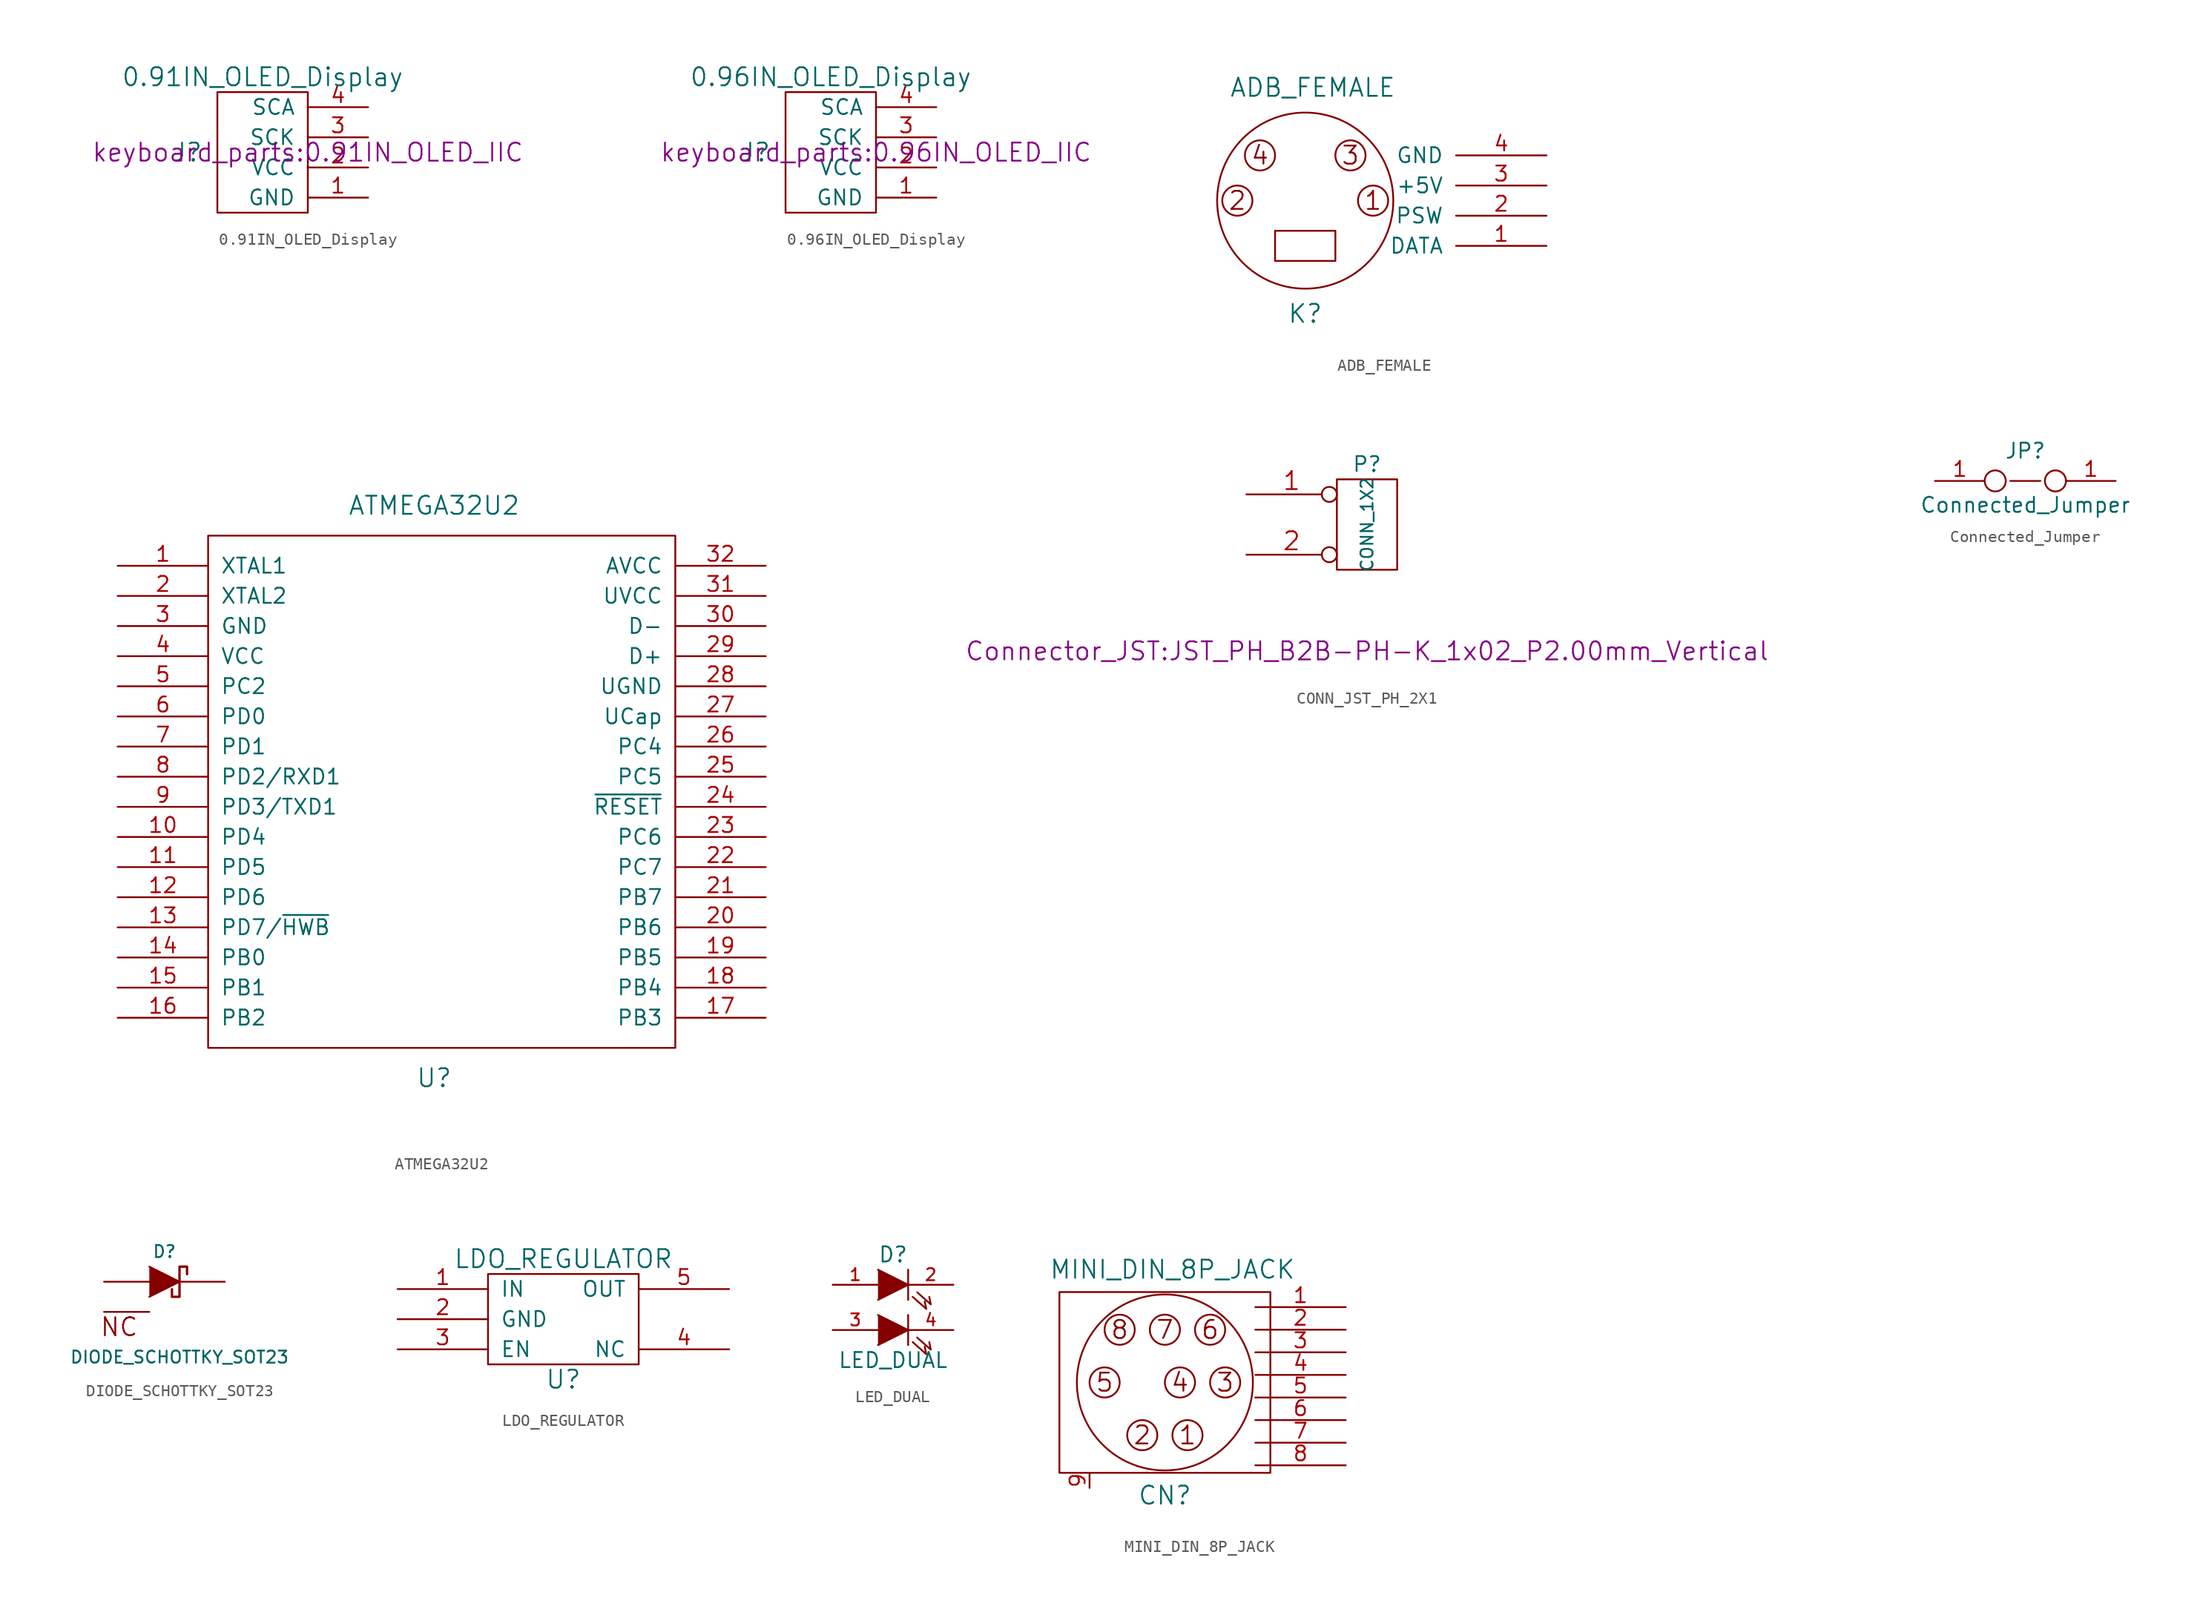
<source format=kicad_sym>
(kicad_symbol_lib
  (version 20231120)
  (generator "kicad_symbol_editor")
  (generator_version "8.0")
  (symbol "0.91IN_OLED_Display"
    (pin_names
      (offset 1.016))
    (property "Reference" "J"
      (at -10.16 0 0)
      (effects (font (size 1.524 1.524))))
    (property "Value" "0.91IN_OLED_Display"
      (at -3.81 6.35 0)
      (effects (font (size 1.524 1.524))))
    (property "Footprint" "keyboard_parts:0.91IN_OLED_IIC"
      (at 0 0 0)
      (effects (font (size 1.524 1.524))))
    (property "Datasheet" ""
      (at 0 0 0)
      (effects (font (size 1.524 1.524))))
    (symbol "0.91IN_OLED_Display_0_1"
      (rectangle (start -7.62 5.08) (end 0 -5.08) (stroke (width 0) (type solid)) (fill (type none))))
    (symbol "0.91IN_OLED_Display_1_1"
      (pin power_in line (at 5.08 -3.81 180) (length 5.08) (name "GND" (effects (font (size 1.27 1.27)))) (number "1" (effects (font (size 1.27 1.27)))))
      (pin power_in line (at 5.08 -1.27 180) (length 5.08) (name "VCC" (effects (font (size 1.27 1.27)))) (number "2" (effects (font (size 1.27 1.27)))))
      (pin bidirectional line (at 5.08 1.27 180) (length 5.08) (name "SCK" (effects (font (size 1.27 1.27)))) (number "3" (effects (font (size 1.27 1.27)))))
      (pin bidirectional line (at 5.08 3.81 180) (length 5.08) (name "SCA" (effects (font (size 1.27 1.27)))) (number "4" (effects (font (size 1.27 1.27)))))))
  (symbol "0.96IN_OLED_Display"
    (pin_names
      (offset 1.016))
    (property "Reference" "J"
      (at -10.16 0 0)
      (effects (font (size 1.524 1.524))))
    (property "Value" "0.96IN_OLED_Display"
      (at -3.81 6.35 0)
      (effects (font (size 1.524 1.524))))
    (property "Footprint" "keyboard_parts:0.96IN_OLED_IIC"
      (at 0 0 0)
      (effects (font (size 1.524 1.524))))
    (property "Datasheet" ""
      (at 0 0 0)
      (effects (font (size 1.524 1.524))))
    (symbol "0.96IN_OLED_Display_0_1"
      (rectangle (start -7.62 5.08) (end 0 -5.08) (stroke (width 0) (type solid)) (fill (type none))))
    (symbol "0.96IN_OLED_Display_1_1"
      (pin power_in line (at 5.08 -3.81 180) (length 5.08) (name "GND" (effects (font (size 1.27 1.27)))) (number "1" (effects (font (size 1.27 1.27)))))
      (pin power_in line (at 5.08 -1.27 180) (length 5.08) (name "VCC" (effects (font (size 1.27 1.27)))) (number "2" (effects (font (size 1.27 1.27)))))
      (pin bidirectional line (at 5.08 1.27 180) (length 5.08) (name "SCK" (effects (font (size 1.27 1.27)))) (number "3" (effects (font (size 1.27 1.27)))))
      (pin bidirectional line (at 5.08 3.81 180) (length 5.08) (name "SCA" (effects (font (size 1.27 1.27)))) (number "4" (effects (font (size 1.27 1.27)))))))
  (symbol "ADB_FEMALE"
    (pin_names
      (offset 1.016))
    (property "Reference" "K"
      (at 0 -9.525 0)
      (effects (font (size 1.524 1.524))))
    (property "Value" "ADB_FEMALE"
      (at 0.635 9.525 0)
      (effects (font (size 1.524 1.524))))
    (property "Footprint" ""
      (at 0 0 0)
      (effects (font (size 1.524 1.524))))
    (property "Datasheet" ""
      (at 0 0 0)
      (effects (font (size 1.524 1.524))))
    (symbol "ADB_FEMALE_0_0"
      (text "1" (at 5.715 0 0) (effects (font (size 1.524 1.524))))
      (text "2" (at -5.715 0 0) (effects (font (size 1.524 1.524))))
      (text "3" (at 3.81 3.81 0) (effects (font (size 1.524 1.524))))
      (text "4" (at -3.81 3.81 0) (effects (font (size 1.524 1.524)))))
    (symbol "ADB_FEMALE_0_1"
      (circle (center -5.715 0) (radius 1.27) (stroke (width 0) (type solid)) (fill (type none)))
      (circle (center -3.81 3.81) (radius 1.27) (stroke (width 0) (type solid)) (fill (type none)))
      (rectangle (start -2.54 -2.54) (end 2.54 -5.08) (stroke (width 0) (type solid)) (fill (type none)))
      (circle (center 0 0) (radius 7.417) (stroke (width 0) (type solid)) (fill (type none)))
      (circle (center 3.81 3.81) (radius 1.27) (stroke (width 0) (type solid)) (fill (type none)))
      (circle (center 5.715 0) (radius 1.27) (stroke (width 0) (type solid)) (fill (type none))))
    (symbol "ADB_FEMALE_1_1"
      (pin input line (at 20.32 -3.81 180) (length 7.62) (name "DATA" (effects (font (size 1.27 1.27)))) (number "1" (effects (font (size 1.27 1.27)))))
      (pin input line (at 20.32 -1.27 180) (length 7.62) (name "PSW" (effects (font (size 1.27 1.27)))) (number "2" (effects (font (size 1.27 1.27)))))
      (pin input line (at 20.32 1.27 180) (length 7.62) (name "+5V" (effects (font (size 1.27 1.27)))) (number "3" (effects (font (size 1.27 1.27)))))
      (pin power_in line (at 20.32 3.81 180) (length 7.62) (name "GND" (effects (font (size 1.27 1.27)))) (number "4" (effects (font (size 1.27 1.27)))))))
  (symbol "ATMEGA32U2"
    (pin_names
      (offset 1.016))
    (property "Reference" "U"
      (at 0 -24.13 0)
      (effects (font (size 1.524 1.524))))
    (property "Value" "ATMEGA32U2"
      (at 0 24.13 0)
      (effects (font (size 1.524 1.524))))
    (property "Footprint" ""
      (at 0 -7.62 0)
      (effects (font (size 1.524 1.524))))
    (property "Datasheet" ""
      (at 0 -7.62 0)
      (effects (font (size 1.524 1.524))))
    (symbol "ATMEGA32U2_0_1"
      (rectangle (start -19.05 21.59) (end 20.32 -21.59) (stroke (width 0) (type solid)) (fill (type none))))
    (symbol "ATMEGA32U2_1_1"
      (pin input line (at -26.67 19.05 0) (length 7.62) (name "XTAL1" (effects (font (size 1.27 1.27)))) (number "1" (effects (font (size 1.27 1.27)))))
      (pin bidirectional line (at -26.67 -3.81 0) (length 7.62) (name "PD4" (effects (font (size 1.27 1.27)))) (number "10" (effects (font (size 1.27 1.27)))))
      (pin bidirectional line (at -26.67 -6.35 0) (length 7.62) (name "PD5" (effects (font (size 1.27 1.27)))) (number "11" (effects (font (size 1.27 1.27)))))
      (pin bidirectional line (at -26.67 -8.89 0) (length 7.62) (name "PD6" (effects (font (size 1.27 1.27)))) (number "12" (effects (font (size 1.27 1.27)))))
      (pin input line (at -26.67 -11.43 0) (length 7.62) (name "PD7/~{HWB}" (effects (font (size 1.27 1.27)))) (number "13" (effects (font (size 1.27 1.27)))))
      (pin bidirectional line (at -26.67 -13.97 0) (length 7.62) (name "PB0" (effects (font (size 1.27 1.27)))) (number "14" (effects (font (size 1.27 1.27)))))
      (pin bidirectional line (at -26.67 -16.51 0) (length 7.62) (name "PB1" (effects (font (size 1.27 1.27)))) (number "15" (effects (font (size 1.27 1.27)))))
      (pin bidirectional line (at -26.67 -19.05 0) (length 7.62) (name "PB2" (effects (font (size 1.27 1.27)))) (number "16" (effects (font (size 1.27 1.27)))))
      (pin bidirectional line (at 27.94 -19.05 180) (length 7.62) (name "PB3" (effects (font (size 1.27 1.27)))) (number "17" (effects (font (size 1.27 1.27)))))
      (pin bidirectional line (at 27.94 -16.51 180) (length 7.62) (name "PB4" (effects (font (size 1.27 1.27)))) (number "18" (effects (font (size 1.27 1.27)))))
      (pin bidirectional line (at 27.94 -13.97 180) (length 7.62) (name "PB5" (effects (font (size 1.27 1.27)))) (number "19" (effects (font (size 1.27 1.27)))))
      (pin output line (at -26.67 16.51 0) (length 7.62) (name "XTAL2" (effects (font (size 1.27 1.27)))) (number "2" (effects (font (size 1.27 1.27)))))
      (pin bidirectional line (at 27.94 -11.43 180) (length 7.62) (name "PB6" (effects (font (size 1.27 1.27)))) (number "20" (effects (font (size 1.27 1.27)))))
      (pin bidirectional line (at 27.94 -8.89 180) (length 7.62) (name "PB7" (effects (font (size 1.27 1.27)))) (number "21" (effects (font (size 1.27 1.27)))))
      (pin bidirectional line (at 27.94 -6.35 180) (length 7.62) (name "PC7" (effects (font (size 1.27 1.27)))) (number "22" (effects (font (size 1.27 1.27)))))
      (pin bidirectional line (at 27.94 -3.81 180) (length 7.62) (name "PC6" (effects (font (size 1.27 1.27)))) (number "23" (effects (font (size 1.27 1.27)))))
      (pin input line (at 27.94 -1.27 180) (length 7.62) (name "~{RESET}" (effects (font (size 1.27 1.27)))) (number "24" (effects (font (size 1.27 1.27)))))
      (pin bidirectional line (at 27.94 1.27 180) (length 7.62) (name "PC5" (effects (font (size 1.27 1.27)))) (number "25" (effects (font (size 1.27 1.27)))))
      (pin bidirectional line (at 27.94 3.81 180) (length 7.62) (name "PC4" (effects (font (size 1.27 1.27)))) (number "26" (effects (font (size 1.27 1.27)))))
      (pin input line (at 27.94 6.35 180) (length 7.62) (name "UCap" (effects (font (size 1.27 1.27)))) (number "27" (effects (font (size 1.27 1.27)))))
      (pin power_in line (at 27.94 8.89 180) (length 7.62) (name "UGND" (effects (font (size 1.27 1.27)))) (number "28" (effects (font (size 1.27 1.27)))))
      (pin bidirectional line (at 27.94 11.43 180) (length 7.62) (name "D+" (effects (font (size 1.27 1.27)))) (number "29" (effects (font (size 1.27 1.27)))))
      (pin power_in line (at -26.67 13.97 0) (length 7.62) (name "GND" (effects (font (size 1.27 1.27)))) (number "3" (effects (font (size 1.27 1.27)))))
      (pin bidirectional line (at 27.94 13.97 180) (length 7.62) (name "D-" (effects (font (size 1.27 1.27)))) (number "30" (effects (font (size 1.27 1.27)))))
      (pin power_in line (at 27.94 16.51 180) (length 7.62) (name "UVCC" (effects (font (size 1.27 1.27)))) (number "31" (effects (font (size 1.27 1.27)))))
      (pin power_in line (at 27.94 19.05 180) (length 7.62) (name "AVCC" (effects (font (size 1.27 1.27)))) (number "32" (effects (font (size 1.27 1.27)))))
      (pin power_in line (at -26.67 11.43 0) (length 7.62) (name "VCC" (effects (font (size 1.27 1.27)))) (number "4" (effects (font (size 1.27 1.27)))))
      (pin bidirectional line (at -26.67 8.89 0) (length 7.62) (name "PC2" (effects (font (size 1.27 1.27)))) (number "5" (effects (font (size 1.27 1.27)))))
      (pin bidirectional line (at -26.67 6.35 0) (length 7.62) (name "PD0" (effects (font (size 1.27 1.27)))) (number "6" (effects (font (size 1.27 1.27)))))
      (pin bidirectional line (at -26.67 3.81 0) (length 7.62) (name "PD1" (effects (font (size 1.27 1.27)))) (number "7" (effects (font (size 1.27 1.27)))))
      (pin bidirectional line (at -26.67 1.27 0) (length 7.62) (name "PD2/RXD1" (effects (font (size 1.27 1.27)))) (number "8" (effects (font (size 1.27 1.27)))))
      (pin bidirectional line (at -26.67 -1.27 0) (length 7.62) (name "PD3/TXD1" (effects (font (size 1.27 1.27)))) (number "9" (effects (font (size 1.27 1.27)))))))
  (symbol "CONN_JST_PH_2X1"
    (pin_names
      (offset 1.016) hide)
    (property "Reference" "P"
      (at 0 5.08 0)
      (effects (font (size 1.27 1.27))))
    (property "Value" "CONN_1X2"
      (at 0 0 90)
      (effects (font (size 1.016 1.016))))
    (property "Footprint" "Connector_JST:JST_PH_B2B-PH-K_1x02_P2.00mm_Vertical"
      (at 0 -10.668 0)
      (effects (font (size 1.524 1.524))))
    (property "Datasheet" ""
      (at 0 -1.27 0)
      (effects (font (size 1.524 1.524))))
    (symbol "CONN_JST_PH_2X1_0_1"
      (rectangle (start -2.54 3.81) (end 2.54 -3.81) (stroke (width 0) (type solid)) (fill (type none))))
    (symbol "CONN_JST_PH_2X1_1_1"
      (pin passive inverted (at -10.16 2.54 0) (length 7.62) (name "1" (effects (font (size 1.524 1.524)))) (number "1" (effects (font (size 1.524 1.524)))))
      (pin passive inverted (at -10.16 -2.54 0) (length 7.62) (name "2" (effects (font (size 1.524 1.524)))) (number "2" (effects (font (size 1.524 1.524)))))))
  (symbol "Connected_Jumper"
    (pin_names
      (offset 0.762) hide)
    (property "Reference" "JP"
      (at 0 2.54 0)
      (effects (font (size 1.27 1.27))))
    (property "Value" "Connected_Jumper"
      (at 0 -2.032 0)
      (effects (font (size 1.27 1.27))))
    (symbol "Connected_Jumper_0_1"
      (circle (center -2.54 0) (radius 0.889) (stroke (width 0) (type solid)) (fill (type none)))
      (polyline (pts (xy -1.27 0) (xy 1.27 0)) (stroke (width 0) (type solid)) (fill (type none)))
      (circle (center 2.54 0) (radius 0.889) (stroke (width 0) (type solid)) (fill (type none)))
      (pin passive line (at -7.62 0 0) (length 4.191) (name "1" (effects (font (size 1.27 1.27)))) (number "1" (effects (font (size 1.27 1.27)))))
      (pin passive line (at 7.62 0 180) (length 4.191) (name "1" (effects (font (size 1.27 1.27)))) (number "1" (effects (font (size 1.27 1.27)))))))
  (symbol "DIODE_SCHOTTKY_SOT23"
    (pin_numbers hide)
    (pin_names
      (offset 1.016) hide)
    (property "Reference" "D"
      (at 0 2.54 0)
      (effects (font (size 1.016 1.016))))
    (property "Value" "DIODE_SCHOTTKY_SOT23"
      (at 1.27 -6.35 0)
      (effects (font (size 1.016 1.016))))
    (property "Footprint" ""
      (at 0 0 0)
      (effects (font (size 1.524 1.524))))
    (property "Datasheet" ""
      (at 0 0 0)
      (effects (font (size 1.524 1.524))))
    (symbol "DIODE_SCHOTTKY_SOT23_0_0"
      (text "NC" (at -3.81 -3.81 0) (effects (font (size 1.524 1.524)))))
    (symbol "DIODE_SCHOTTKY_SOT23_0_1"
      (polyline (pts (xy -1.27 1.27) (xy 1.27 0) (xy -1.27 -1.27)) (stroke (width 0) (type solid)) (fill (type outline)))
      (polyline (pts (xy 1.905 0.635) (xy 1.905 1.27) (xy 1.27 1.27) (xy 1.27 -1.27) (xy 0.635 -1.27) (xy 0.635 -0.635)) (stroke (width 0.203) (type solid)) (fill (type none))))
    (symbol "DIODE_SCHOTTKY_SOT23_1_1"
      (pin passive line (at -5.08 0 0) (length 3.81) (name "A" (effects (font (size 1.016 1.016)))) (number "1" (effects (font (size 1.016 1.016)))))
      (pin passive line (at -5.08 -2.54 0) (length 3.81) (name "NC" (effects (font (size 1.016 1.016)))) (number "2" (effects (font (size 1.016 1.016)))))
      (pin passive line (at 5.08 0 180) (length 3.81) (name "K" (effects (font (size 1.016 1.016)))) (number "3" (effects (font (size 1.016 1.016)))))))
  (symbol "LDO_REGULATOR"
    (pin_names
      (offset 1.016))
    (property "Reference" "U"
      (at 0 -5.08 0)
      (effects (font (size 1.524 1.524))))
    (property "Value" "LDO_REGULATOR"
      (at 0 5.08 0)
      (effects (font (size 1.524 1.524))))
    (property "Footprint" ""
      (at 0 0 0)
      (effects (font (size 1.524 1.524))))
    (property "Datasheet" ""
      (at 0 0 0)
      (effects (font (size 1.524 1.524))))
    (symbol "LDO_REGULATOR_0_1"
      (rectangle (start -6.35 3.81) (end 6.35 -3.81) (stroke (width 0) (type solid)) (fill (type none))))
    (symbol "LDO_REGULATOR_1_1"
      (pin power_in line (at -13.97 2.54 0) (length 7.62) (name "IN" (effects (font (size 1.27 1.27)))) (number "1" (effects (font (size 1.27 1.27)))))
      (pin power_in line (at -13.97 0 0) (length 7.62) (name "GND" (effects (font (size 1.27 1.27)))) (number "2" (effects (font (size 1.27 1.27)))))
      (pin input line (at -13.97 -2.54 0) (length 7.62) (name "EN" (effects (font (size 1.27 1.27)))) (number "3" (effects (font (size 1.27 1.27)))))
      (pin input line (at 13.97 -2.54 180) (length 7.62) (name "NC" (effects (font (size 1.27 1.27)))) (number "4" (effects (font (size 1.27 1.27)))))
      (pin power_out line (at 13.97 2.54 180) (length 7.62) (name "OUT" (effects (font (size 1.27 1.27)))) (number "5" (effects (font (size 1.27 1.27)))))))
  (symbol "LED_DUAL"
    (pin_names
      (offset 1.016) hide)
    (property "Reference" "D"
      (at 0 5.08 0)
      (effects (font (size 1.27 1.27))))
    (property "Value" "LED_DUAL"
      (at 0 -3.81 0)
      (effects (font (size 1.27 1.27))))
    (property "Footprint" ""
      (at 0 2.54 0)
      (effects (font (size 1.524 1.524))))
    (property "Datasheet" ""
      (at 0 2.54 0)
      (effects (font (size 1.524 1.524))))
    (symbol "LED_DUAL_0_1"
      (polyline (pts (xy 1.27 0) (xy 1.27 -2.54)) (stroke (width 0) (type solid)) (fill (type none)))
      (polyline (pts (xy 1.27 3.81) (xy 1.27 1.27)) (stroke (width 0) (type solid)) (fill (type none)))
      (polyline (pts (xy -1.27 0) (xy 1.27 -1.27) (xy -1.27 -2.54)) (stroke (width 0) (type solid)) (fill (type outline)))
      (polyline (pts (xy -1.27 3.81) (xy 1.27 2.54) (xy -1.27 1.27)) (stroke (width 0) (type solid)) (fill (type outline)))
      (polyline (pts (xy 1.651 -2.286) (xy 2.794 -3.302) (xy 2.667 -2.667)) (stroke (width 0) (type solid)) (fill (type none)))
      (polyline (pts (xy 1.651 1.524) (xy 2.794 0.508) (xy 2.667 1.143)) (stroke (width 0) (type solid)) (fill (type none)))
      (polyline (pts (xy 2.032 -1.905) (xy 3.175 -2.921) (xy 3.048 -2.286)) (stroke (width 0) (type solid)) (fill (type none)))
      (polyline (pts (xy 2.032 1.905) (xy 3.175 0.889) (xy 3.048 1.524)) (stroke (width 0) (type solid)) (fill (type none))))
    (symbol "LED_DUAL_1_1"
      (pin passive line (at -5.08 2.54 0) (length 3.81) (name "A" (effects (font (size 1.016 1.016)))) (number "1" (effects (font (size 1.016 1.016)))))
      (pin passive line (at 5.08 2.54 180) (length 3.81) (name "K" (effects (font (size 1.016 1.016)))) (number "2" (effects (font (size 1.016 1.016)))))
      (pin passive line (at -5.08 -1.27 0) (length 3.81) (name "A" (effects (font (size 1.016 1.016)))) (number "3" (effects (font (size 1.016 1.016)))))
      (pin passive line (at 5.08 -1.27 180) (length 3.81) (name "K" (effects (font (size 1.016 1.016)))) (number "4" (effects (font (size 1.016 1.016)))))))
  (symbol "MINI_DIN_8P_JACK"
    (pin_names
      (offset 0.025) hide)
    (property "Reference" "CN"
      (at 0 -9.525 0)
      (effects (font (size 1.524 1.524))))
    (property "Value" "MINI_DIN_8P_JACK"
      (at 0.635 9.525 0)
      (effects (font (size 1.524 1.524))))
    (property "Footprint" ""
      (at 0 0 0)
      (effects (font (size 1.524 1.524))))
    (property "Datasheet" ""
      (at 0 0 0)
      (effects (font (size 1.524 1.524))))
    (symbol "MINI_DIN_8P_JACK_0_0"
      (text "1" (at 1.905 -4.445 0) (effects (font (size 1.524 1.524))))
      (text "2" (at -1.905 -4.445 0) (effects (font (size 1.524 1.524))))
      (text "3" (at 5.08 0 0) (effects (font (size 1.524 1.524))))
      (text "4" (at 1.27 0 0) (effects (font (size 1.524 1.524))))
      (text "5" (at -5.08 0 0) (effects (font (size 1.524 1.524))))
      (text "6" (at 3.81 4.445 0) (effects (font (size 1.524 1.524))))
      (text "7" (at 0 4.445 0) (effects (font (size 1.524 1.524))))
      (text "8" (at -3.81 4.445 0) (effects (font (size 1.524 1.524)))))
    (symbol "MINI_DIN_8P_JACK_0_1"
      (rectangle (start -8.89 7.62) (end 8.89 -7.62) (stroke (width 0) (type solid)) (fill (type none)))
      (circle (center -5.08 0) (radius 1.27) (stroke (width 0) (type solid)) (fill (type none)))
      (circle (center -3.81 4.445) (radius 1.27) (stroke (width 0) (type solid)) (fill (type none)))
      (circle (center -1.905 -4.445) (radius 1.27) (stroke (width 0) (type solid)) (fill (type none)))
      (circle (center 0 0) (radius 7.417) (stroke (width 0) (type solid)) (fill (type none)))
      (circle (center 0 4.445) (radius 1.27) (stroke (width 0) (type solid)) (fill (type none)))
      (circle (center 1.27 0) (radius 1.27) (stroke (width 0) (type solid)) (fill (type none)))
      (circle (center 1.905 -4.445) (radius 1.27) (stroke (width 0) (type solid)) (fill (type none)))
      (circle (center 3.81 4.445) (radius 1.27) (stroke (width 0) (type solid)) (fill (type none)))
      (circle (center 5.08 0) (radius 1.27) (stroke (width 0) (type solid)) (fill (type none))))
    (symbol "MINI_DIN_8P_JACK_1_1"
      (pin passive line (at 15.24 6.35 180) (length 7.62) (name "1" (effects (font (size 1.27 1.27)))) (number "1" (effects (font (size 1.27 1.27)))))
      (pin passive line (at 15.24 4.445 180) (length 7.62) (name "2" (effects (font (size 1.27 1.27)))) (number "2" (effects (font (size 1.27 1.27)))))
      (pin passive line (at 15.24 2.54 180) (length 7.62) (name "3" (effects (font (size 1.27 1.27)))) (number "3" (effects (font (size 1.27 1.27)))))
      (pin passive line (at 15.24 0.635 180) (length 7.62) (name "4" (effects (font (size 1.27 1.27)))) (number "4" (effects (font (size 1.27 1.27)))))
      (pin passive line (at 15.24 -1.27 180) (length 7.62) (name "5" (effects (font (size 1.27 1.27)))) (number "5" (effects (font (size 1.27 1.27)))))
      (pin passive line (at 15.24 -3.175 180) (length 7.62) (name "6" (effects (font (size 1.27 1.27)))) (number "6" (effects (font (size 1.27 1.27)))))
      (pin passive line (at 15.24 -5.08 180) (length 7.62) (name "7" (effects (font (size 1.27 1.27)))) (number "7" (effects (font (size 1.27 1.27)))))
      (pin passive line (at 15.24 -6.985 180) (length 7.62) (name "8" (effects (font (size 1.27 1.27)))) (number "8" (effects (font (size 1.27 1.27)))))
      (pin passive line (at -6.35 -8.89 90) (length 1.27) (name "~" (effects (font (size 1.27 1.27)))) (number "9" (effects (font (size 1.27 1.27))))))))
</source>
